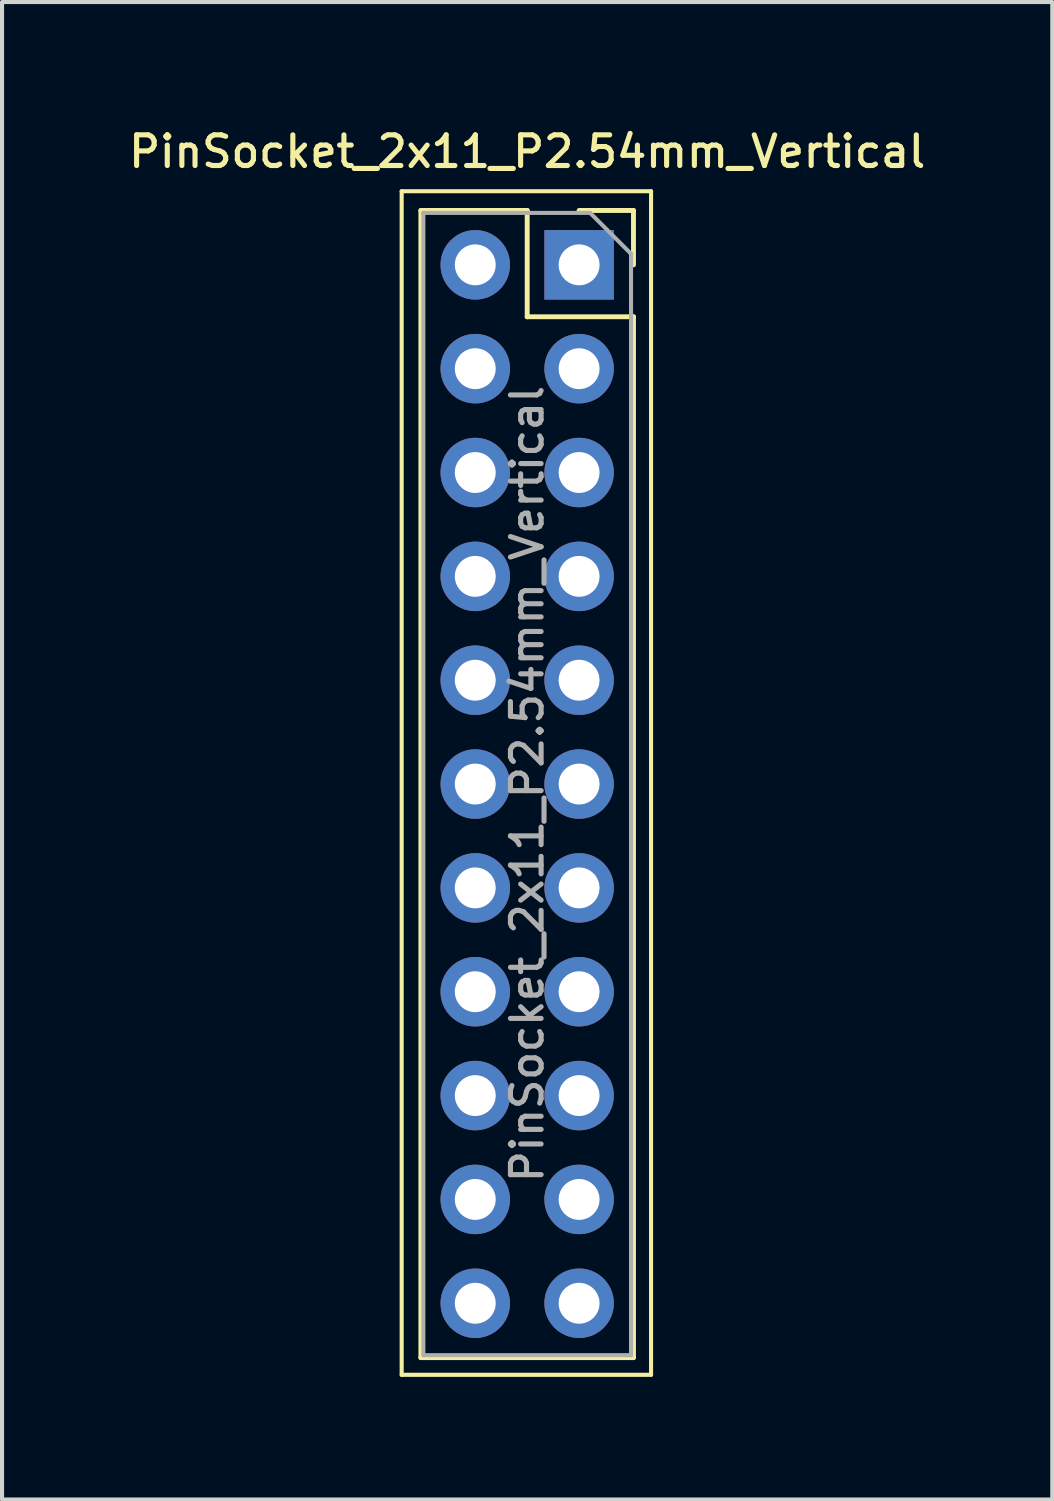
<source format=kicad_pcb>
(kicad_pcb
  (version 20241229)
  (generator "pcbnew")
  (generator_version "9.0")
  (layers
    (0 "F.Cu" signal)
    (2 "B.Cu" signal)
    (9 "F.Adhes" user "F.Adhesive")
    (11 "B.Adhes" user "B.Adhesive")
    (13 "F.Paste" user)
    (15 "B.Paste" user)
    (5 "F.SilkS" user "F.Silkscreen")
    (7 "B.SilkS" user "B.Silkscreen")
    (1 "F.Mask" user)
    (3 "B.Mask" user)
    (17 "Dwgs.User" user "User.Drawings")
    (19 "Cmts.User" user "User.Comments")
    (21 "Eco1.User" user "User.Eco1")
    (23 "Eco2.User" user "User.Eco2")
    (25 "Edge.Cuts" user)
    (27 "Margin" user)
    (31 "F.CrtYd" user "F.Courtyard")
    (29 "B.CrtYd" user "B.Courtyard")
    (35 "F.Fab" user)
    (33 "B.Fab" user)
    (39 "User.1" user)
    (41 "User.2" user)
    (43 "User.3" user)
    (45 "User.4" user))
  (footprint "PinSocket_2x11_P2.54mm_Vertical"
    (layer "F.Cu")
    (at 11.115 3.428)
    (property "Reference" "PinSocket_2x11_P2.54mm_Vertical" (at -1.27 -2.77 0) (layer "F.SilkS") (effects (font (size 0.75 0.75) (thickness 0.125))))
    (attr through_hole)
    (fp_line (start -4.34 -1.8) (end 1.76 -1.8) (stroke (width 0.1) (type solid)) (layer "F.SilkS"))
    (fp_line (start -4.34 27.15) (end -4.34 -1.8) (stroke (width 0.1) (type solid)) (layer "F.SilkS"))
    (fp_line (start -3.87 -1.33) (end -3.87 26.73) (stroke (width 0.12) (type solid)) (layer "F.SilkS"))
    (fp_line (start -3.87 -1.33) (end -1.27 -1.33) (stroke (width 0.12) (type solid)) (layer "F.SilkS"))
    (fp_line (start -3.87 26.73) (end 1.33 26.73) (stroke (width 0.12) (type solid)) (layer "F.SilkS"))
    (fp_line (start -1.27 -1.33) (end -1.27 1.27) (stroke (width 0.12) (type solid)) (layer "F.SilkS"))
    (fp_line (start -1.27 1.27) (end 1.33 1.27) (stroke (width 0.12) (type solid)) (layer "F.SilkS"))
    (fp_line (start 0 -1.33) (end 1.33 -1.33) (stroke (width 0.12) (type solid)) (layer "F.SilkS"))
    (fp_line (start 1.33 -1.33) (end 1.33 0) (stroke (width 0.12) (type solid)) (layer "F.SilkS"))
    (fp_line (start 1.33 1.27) (end 1.33 26.73) (stroke (width 0.12) (type solid)) (layer "F.SilkS"))
    (fp_line (start 1.76 -1.8) (end 1.76 27.15) (stroke (width 0.1) (type solid)) (layer "F.SilkS"))
    (fp_line (start 1.76 27.15) (end -4.34 27.15) (stroke (width 0.1) (type solid)) (layer "F.SilkS"))
    (fp_line (start -3.81 -1.27) (end 0.27 -1.27) (stroke (width 0.1) (type solid)) (layer "F.Fab"))
    (fp_line (start -3.81 26.67) (end -3.81 -1.27) (stroke (width 0.1) (type solid)) (layer "F.Fab"))
    (fp_line (start 0.27 -1.27) (end 1.27 -0.27) (stroke (width 0.1) (type solid)) (layer "F.Fab"))
    (fp_line (start 1.27 -0.27) (end 1.27 26.67) (stroke (width 0.1) (type solid)) (layer "F.Fab"))
    (fp_line (start 1.27 26.67) (end -3.81 26.67) (stroke (width 0.1) (type solid)) (layer "F.Fab"))
    (fp_text user "${REFERENCE}" (at -1.27 12.7 90) (layer "F.Fab") (effects (font (size 0.75 0.75) (thickness 0.125))))
    (pad "1" thru_hole rect (at 0 0) (size 1.7 1.7) (drill 1) (layers "*.Cu" "*.Mask"))
    (pad "2" thru_hole oval (at -2.54 0) (size 1.7 1.7) (drill 1) (layers "*.Cu" "*.Mask"))
    (pad "3" thru_hole oval (at 0 2.54) (size 1.7 1.7) (drill 1) (layers "*.Cu" "*.Mask"))
    (pad "4" thru_hole oval (at -2.54 2.54) (size 1.7 1.7) (drill 1) (layers "*.Cu" "*.Mask"))
    (pad "5" thru_hole oval (at 0 5.08) (size 1.7 1.7) (drill 1) (layers "*.Cu" "*.Mask"))
    (pad "6" thru_hole oval (at -2.54 5.08) (size 1.7 1.7) (drill 1) (layers "*.Cu" "*.Mask"))
    (pad "7" thru_hole oval (at 0 7.62) (size 1.7 1.7) (drill 1) (layers "*.Cu" "*.Mask"))
    (pad "8" thru_hole oval (at -2.54 7.62) (size 1.7 1.7) (drill 1) (layers "*.Cu" "*.Mask"))
    (pad "9" thru_hole oval (at 0 10.16) (size 1.7 1.7) (drill 1) (layers "*.Cu" "*.Mask"))
    (pad "10" thru_hole oval (at -2.54 10.16) (size 1.7 1.7) (drill 1) (layers "*.Cu" "*.Mask"))
    (pad "11" thru_hole oval (at 0 12.7) (size 1.7 1.7) (drill 1) (layers "*.Cu" "*.Mask"))
    (pad "12" thru_hole oval (at -2.54 12.7) (size 1.7 1.7) (drill 1) (layers "*.Cu" "*.Mask"))
    (pad "13" thru_hole oval (at 0 15.24) (size 1.7 1.7) (drill 1) (layers "*.Cu" "*.Mask"))
    (pad "14" thru_hole oval (at -2.54 15.24) (size 1.7 1.7) (drill 1) (layers "*.Cu" "*.Mask"))
    (pad "15" thru_hole oval (at 0 17.78) (size 1.7 1.7) (drill 1) (layers "*.Cu" "*.Mask"))
    (pad "16" thru_hole oval (at -2.54 17.78) (size 1.7 1.7) (drill 1) (layers "*.Cu" "*.Mask"))
    (pad "17" thru_hole oval (at 0 20.32) (size 1.7 1.7) (drill 1) (layers "*.Cu" "*.Mask"))
    (pad "18" thru_hole oval (at -2.54 20.32) (size 1.7 1.7) (drill 1) (layers "*.Cu" "*.Mask"))
    (pad "19" thru_hole oval (at 0 22.86) (size 1.7 1.7) (drill 1) (layers "*.Cu" "*.Mask"))
    (pad "20" thru_hole oval (at -2.54 22.86) (size 1.7 1.7) (drill 1) (layers "*.Cu" "*.Mask"))
    (pad "21" thru_hole oval (at 0 25.4) (size 1.7 1.7) (drill 1) (layers "*.Cu" "*.Mask"))
    (pad "22" thru_hole oval (at -2.54 25.4) (size 1.7 1.7) (drill 1) (layers "*.Cu" "*.Mask")))
  (gr_rect
    (start -3 -3)
    (end 22.689 33.628)
    (stroke (width 0.1) (type default))
    (fill no)
    (layer "Edge.Cuts")))
</source>
